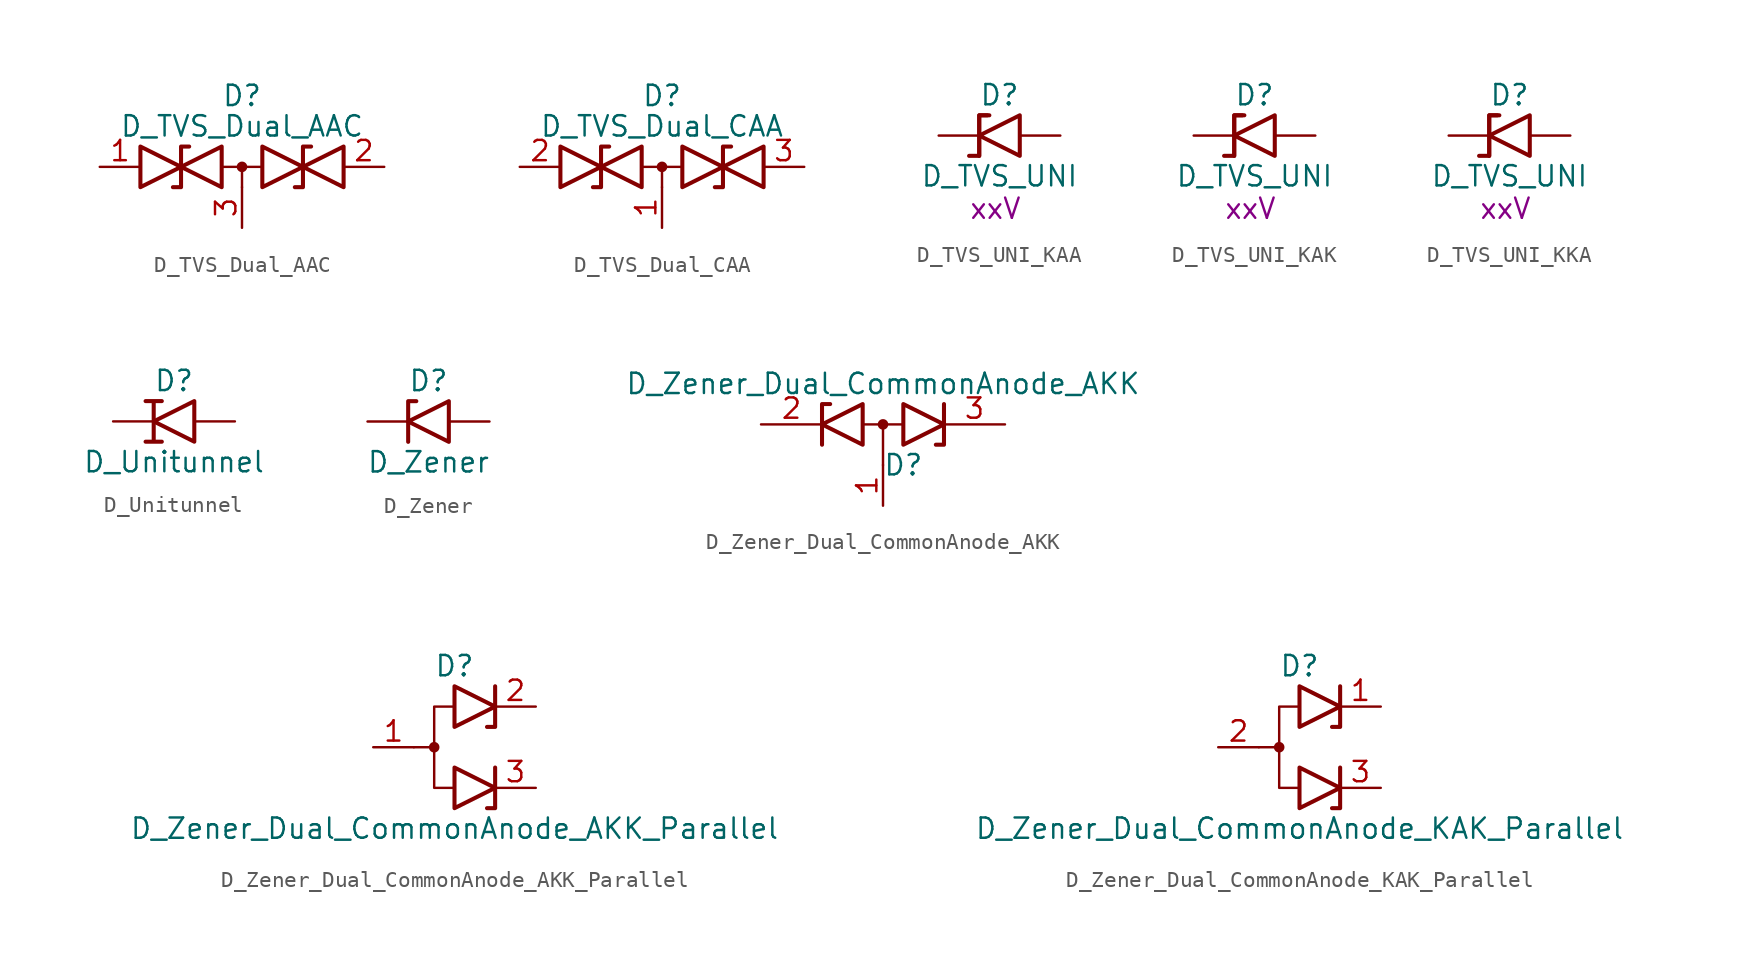
<source format=kicad_sym>
(kicad_symbol_lib
  (version 20241209)
  (generator "kicad_symbol_editor")
  (generator_version "9.0")
  (symbol "D_TVS_Dual_AAC"
    (pin_names
      (offset 1.016)
      (hide yes))
    (property "Reference" "D"
      (at 0 4.445 0)
      (effects (font (size 1.27 1.27))))
    (property "Value" "D_TVS_Dual_AAC"
      (at 0 2.54 0)
      (effects (font (size 1.27 1.27))))
    (symbol "D_TVS_Dual_AAC_0_0"
      (polyline (pts (xy 0 -1.27) (xy 0 0)) (stroke (width 0) (type default)) (fill (type none))))
    (symbol "D_TVS_Dual_AAC_0_1"
      (polyline (pts (xy -6.35 1.27) (xy -1.27 -1.27) (xy -1.27 1.27) (xy -6.35 -1.27) (xy -6.35 1.27)) (stroke (width 0.254) (type default)) (fill (type none)))
      (polyline (pts (xy -3.302 1.27) (xy -3.81 1.27) (xy -3.81 -1.27) (xy -4.318 -1.27)) (stroke (width 0.254) (type default)) (fill (type none)))
      (polyline (pts (xy -1.27 0) (xy 1.27 0)) (stroke (width 0) (type default)) (fill (type none)))
      (circle (center 0 0) (radius 0.254) (stroke (width 0) (type default)) (fill (type outline)))
      (polyline (pts (xy 4.318 1.27) (xy 3.81 1.27) (xy 3.81 -1.27) (xy 3.302 -1.27)) (stroke (width 0.254) (type default)) (fill (type none)))
      (polyline (pts (xy 6.35 1.27) (xy 1.27 -1.27) (xy 1.27 1.27) (xy 6.35 -1.27) (xy 6.35 1.27)) (stroke (width 0.254) (type default)) (fill (type none))))
    (symbol "D_TVS_Dual_AAC_1_1"
      (pin passive line (at -8.89 0 0) (length 2.54) (name "A1" (effects (font (size 1.27 1.27)))) (number "1" (effects (font (size 1.27 1.27)))))
      (pin passive line (at 0 -3.81 90) (length 2.54) (name "common" (effects (font (size 1.27 1.27)))) (number "3" (effects (font (size 1.27 1.27)))))
      (pin passive line (at 8.89 0 180) (length 2.54) (name "A2" (effects (font (size 1.27 1.27)))) (number "2" (effects (font (size 1.27 1.27)))))))
  (symbol "D_TVS_Dual_CAA"
    (pin_names
      (offset 1.016)
      (hide yes))
    (property "Reference" "D"
      (at 0 4.445 0)
      (effects (font (size 1.27 1.27))))
    (property "Value" "D_TVS_Dual_CAA"
      (at 0 2.54 0)
      (effects (font (size 1.27 1.27))))
    (symbol "D_TVS_Dual_CAA_0_1"
      (polyline (pts (xy -6.35 -1.27) (xy -1.27 1.27) (xy -1.27 -1.27) (xy -6.35 1.27) (xy -6.35 -1.27)) (stroke (width 0.254) (type default)) (fill (type none)))
      (polyline (pts (xy -3.302 1.27) (xy -3.81 1.27) (xy -3.81 -1.27) (xy -4.318 -1.27)) (stroke (width 0.254) (type default)) (fill (type none)))
      (polyline (pts (xy -1.27 0) (xy 1.27 0)) (stroke (width 0) (type default)) (fill (type none)))
      (polyline (pts (xy 0 0) (xy 0 -1.27)) (stroke (width 0) (type default)) (fill (type none)))
      (circle (center 0 0) (radius 0.254) (stroke (width 0) (type default)) (fill (type outline)))
      (polyline (pts (xy 1.27 1.016) (xy 1.27 -1.27) (xy 6.35 1.27) (xy 6.35 -1.27) (xy 1.27 1.27) (xy 1.27 1.016)) (stroke (width 0.254) (type default)) (fill (type none)))
      (polyline (pts (xy 4.318 1.27) (xy 3.81 1.27) (xy 3.81 -1.27) (xy 3.302 -1.27)) (stroke (width 0.254) (type default)) (fill (type none))))
    (symbol "D_TVS_Dual_CAA_1_1"
      (pin passive line (at -8.89 0 0) (length 2.54) (name "A1" (effects (font (size 1.27 1.27)))) (number "2" (effects (font (size 1.27 1.27)))))
      (pin passive line (at 0 -3.81 90) (length 2.54) (name "common" (effects (font (size 1.27 1.27)))) (number "1" (effects (font (size 1.27 1.27)))))
      (pin passive line (at 8.89 0 180) (length 2.54) (name "A2" (effects (font (size 1.27 1.27)))) (number "3" (effects (font (size 1.27 1.27)))))))
  (symbol "D_TVS_UNI_KAA"
    (pin_numbers
      (hide yes))
    (pin_names
      (offset 1.016)
      (hide yes))
    (property "Reference" "D"
      (at 0 2.54 0)
      (effects (font (size 1.27 1.27))))
    (property "Value" "D_TVS_UNI"
      (at 0 -2.54 0)
      (effects (font (size 1.27 1.27))))
    (property "Reverse_Voltage" "xxV"
      (at -0.254 -4.572 0)
      (effects (font (size 1.27 1.27))))
    (symbol "D_TVS_UNI_KAA_0_1"
      (polyline (pts (xy -1.27 -1.27) (xy -1.27 1.27) (xy -0.762 1.27)) (stroke (width 0.254) (type default)) (fill (type none)))
      (polyline (pts (xy -0.635 1.27) (xy -1.27 1.27) (xy -1.27 -1.27) (xy -1.905 -1.27)) (stroke (width 0.254) (type default)) (fill (type none)))
      (polyline (pts (xy 1.27 -1.27) (xy 1.27 1.27) (xy -1.27 0) (xy 1.27 -1.27)) (stroke (width 0.254) (type default)) (fill (type none))))
    (symbol "D_TVS_UNI_KAA_1_1"
      (pin passive line (at -3.81 0 0) (length 2.54) (name "K" (effects (font (size 1.27 1.27)))) (number "1" (effects (font (size 1.27 1.27)))))
      (pin passive line (at 3.81 0 180) (length 2.54) (name "A" (effects (font (size 1.27 1.27)))) (number "2" (effects (font (size 1.27 1.27)))))))
  (symbol "D_TVS_UNI_KAK"
    (pin_numbers
      (hide yes))
    (pin_names
      (offset 1.016)
      (hide yes))
    (property "Reference" "D"
      (at 0 2.54 0)
      (effects (font (size 1.27 1.27))))
    (property "Value" "D_TVS_UNI"
      (at 0 -2.54 0)
      (effects (font (size 1.27 1.27))))
    (property "Reverse_Voltage" "xxV"
      (at -0.254 -4.572 0)
      (effects (font (size 1.27 1.27))))
    (symbol "D_TVS_UNI_KAK_0_1"
      (polyline (pts (xy -1.27 -1.27) (xy -1.27 1.27) (xy -0.762 1.27)) (stroke (width 0.254) (type default)) (fill (type none)))
      (polyline (pts (xy -0.635 1.27) (xy -1.27 1.27) (xy -1.27 -1.27) (xy -1.905 -1.27)) (stroke (width 0.254) (type default)) (fill (type none)))
      (polyline (pts (xy 1.27 -1.27) (xy 1.27 1.27) (xy -1.27 0) (xy 1.27 -1.27)) (stroke (width 0.254) (type default)) (fill (type none))))
    (symbol "D_TVS_UNI_KAK_1_1"
      (pin passive line (at -3.81 0 0) (length 2.54) (name "K" (effects (font (size 1.27 1.27)))) (number "1" (effects (font (size 1.27 1.27)))))
      (pin passive line (at 3.81 0 180) (length 2.54) (name "A" (effects (font (size 1.27 1.27)))) (number "2" (effects (font (size 1.27 1.27)))))))
  (symbol "D_TVS_UNI_KKA"
    (pin_numbers
      (hide yes))
    (pin_names
      (offset 1.016)
      (hide yes))
    (property "Reference" "D"
      (at 0 2.54 0)
      (effects (font (size 1.27 1.27))))
    (property "Value" "D_TVS_UNI"
      (at 0 -2.54 0)
      (effects (font (size 1.27 1.27))))
    (property "Reverse_Voltage" "xxV"
      (at -0.254 -4.572 0)
      (effects (font (size 1.27 1.27))))
    (symbol "D_TVS_UNI_KKA_0_1"
      (polyline (pts (xy -1.27 -1.27) (xy -1.27 1.27) (xy -0.762 1.27)) (stroke (width 0.254) (type default)) (fill (type none)))
      (polyline (pts (xy -0.635 1.27) (xy -1.27 1.27) (xy -1.27 -1.27) (xy -1.905 -1.27)) (stroke (width 0.254) (type default)) (fill (type none)))
      (polyline (pts (xy 1.27 -1.27) (xy 1.27 1.27) (xy -1.27 0) (xy 1.27 -1.27)) (stroke (width 0.254) (type default)) (fill (type none))))
    (symbol "D_TVS_UNI_KKA_1_1"
      (pin passive line (at -3.81 0 0) (length 2.54) (name "K" (effects (font (size 1.27 1.27)))) (number "1" (effects (font (size 1.27 1.27)))))
      (pin passive line (at 3.81 0 180) (length 2.54) (name "A" (effects (font (size 1.27 1.27)))) (number "2" (effects (font (size 1.27 1.27)))))))
  (symbol "D_Unitunnel"
    (pin_numbers
      (hide yes))
    (pin_names
      (offset 1.016)
      (hide yes))
    (property "Reference" "D"
      (at 0 2.54 0)
      (effects (font (size 1.27 1.27))))
    (property "Value" "D_Unitunnel"
      (at 0 -2.54 0)
      (effects (font (size 1.27 1.27))))
    (symbol "D_Unitunnel_0_1"
      (polyline (pts (xy -1.778 -1.27) (xy -0.762 -1.27) (xy -1.27 -1.27) (xy -1.27 1.27) (xy -0.762 1.27) (xy -1.778 1.27)) (stroke (width 0.254) (type default)) (fill (type none)))
      (polyline (pts (xy 1.27 -1.27) (xy 1.27 1.27) (xy -1.27 0) (xy 1.27 -1.27)) (stroke (width 0.254) (type default)) (fill (type none))))
    (symbol "D_Unitunnel_1_1"
      (pin passive line (at -3.81 0 0) (length 2.54) (name "K" (effects (font (size 1.27 1.27)))) (number "1" (effects (font (size 1.27 1.27)))))
      (pin passive line (at 3.81 0 180) (length 2.54) (name "A" (effects (font (size 1.27 1.27)))) (number "2" (effects (font (size 1.27 1.27)))))))
  (symbol "D_Zener"
    (pin_numbers
      (hide yes))
    (pin_names
      (offset 1.016)
      (hide yes))
    (property "Reference" "D"
      (at 0 2.54 0)
      (effects (font (size 1.27 1.27))))
    (property "Value" "D_Zener"
      (at 0 -2.54 0)
      (effects (font (size 1.27 1.27))))
    (symbol "D_Zener_0_1"
      (polyline (pts (xy -1.27 -1.27) (xy -1.27 1.27) (xy -0.762 1.27)) (stroke (width 0.254) (type default)) (fill (type none)))
      (polyline (pts (xy 1.27 -1.27) (xy 1.27 1.27) (xy -1.27 0) (xy 1.27 -1.27)) (stroke (width 0.254) (type default)) (fill (type none))))
    (symbol "D_Zener_1_1"
      (pin passive line (at -3.81 0 0) (length 2.54) (name "K" (effects (font (size 1.27 1.27)))) (number "1" (effects (font (size 1.27 1.27)))))
      (pin passive line (at 3.81 0 180) (length 2.54) (name "A" (effects (font (size 1.27 1.27)))) (number "2" (effects (font (size 1.27 1.27)))))))
  (symbol "D_Zener_Dual_CommonAnode_AKK"
    (pin_names
      (offset 0.762)
      (hide yes))
    (property "Reference" "D"
      (at 1.27 -2.54 0)
      (effects (font (size 1.27 1.27))))
    (property "Value" "D_Zener_Dual_CommonAnode_AKK"
      (at 0 2.54 0)
      (effects (font (size 1.27 1.27))))
    (symbol "D_Zener_Dual_CommonAnode_AKK_0_1"
      (polyline (pts (xy -3.81 -1.27) (xy -3.81 1.27) (xy -3.302 1.27)) (stroke (width 0.254) (type default)) (fill (type none)))
      (polyline (pts (xy -1.27 0) (xy 1.27 0)) (stroke (width 0) (type default)) (fill (type none)))
      (polyline (pts (xy -1.27 -1.27) (xy -3.81 0) (xy -1.27 1.27) (xy -1.27 -1.27) (xy -1.27 -1.27) (xy -1.27 -1.27)) (stroke (width 0.254) (type default)) (fill (type none)))
      (polyline (pts (xy 0 0) (xy 0 -2.54)) (stroke (width 0) (type default)) (fill (type none)))
      (circle (center 0 0) (radius 0.254) (stroke (width 0) (type default)) (fill (type outline)))
      (polyline (pts (xy 1.27 1.27) (xy 3.81 0) (xy 1.27 -1.27) (xy 1.27 1.27) (xy 1.27 1.27) (xy 1.27 1.27)) (stroke (width 0.254) (type default)) (fill (type none)))
      (polyline (pts (xy 3.81 1.27) (xy 3.81 -1.27) (xy 3.302 -1.27)) (stroke (width 0.254) (type default)) (fill (type none)))
      (pin passive line (at -7.62 0 0) (length 3.81) (name "K" (effects (font (size 1.27 1.27)))) (number "2" (effects (font (size 1.27 1.27)))))
      (pin passive line (at 0 -5.08 90) (length 2.54) (name "A" (effects (font (size 1.27 1.27)))) (number "1" (effects (font (size 1.27 1.27)))))
      (pin passive line (at 7.62 0 180) (length 3.81) (name "K" (effects (font (size 1.27 1.27)))) (number "3" (effects (font (size 1.27 1.27)))))))
  (symbol "D_Zener_Dual_CommonAnode_AKK_Parallel"
    (pin_names
      (offset 0.762)
      (hide yes))
    (property "Reference" "D"
      (at 0 5.08 0)
      (effects (font (size 1.27 1.27))))
    (property "Value" "D_Zener_Dual_CommonAnode_AKK_Parallel"
      (at 0 -5.08 0)
      (effects (font (size 1.27 1.27))))
    (symbol "D_Zener_Dual_CommonAnode_AKK_Parallel_0_0"
      (polyline (pts (xy 2.032 1.27) (xy 2.54 1.27) (xy 2.54 3.81)) (stroke (width 0.254) (type default)) (fill (type none)))
      (polyline (pts (xy 2.54 -1.27) (xy 2.54 -3.81) (xy 2.032 -3.81)) (stroke (width 0.254) (type default)) (fill (type none))))
    (symbol "D_Zener_Dual_CommonAnode_AKK_Parallel_0_1"
      (circle (center -1.27 0) (radius 0.254) (stroke (width 0) (type default)) (fill (type outline)))
      (polyline (pts (xy -1.27 0) (xy -2.54 0)) (stroke (width 0) (type default)) (fill (type none)))
      (polyline (pts (xy 0 3.81) (xy 2.54 2.54) (xy 0 1.27) (xy 0 3.81) (xy 0 3.81) (xy 0 3.81)) (stroke (width 0.254) (type default)) (fill (type none)))
      (polyline (pts (xy 0 2.54) (xy -1.27 2.54) (xy -1.27 -2.54) (xy 0 -2.54)) (stroke (width 0) (type default)) (fill (type none)))
      (polyline (pts (xy 0 -1.27) (xy 2.54 -2.54) (xy 0 -3.81) (xy 0 -1.27) (xy 0 -1.27) (xy 0 -1.27)) (stroke (width 0.254) (type default)) (fill (type none)))
      (pin passive line (at -5.08 0 0) (length 2.54) (name "A" (effects (font (size 1.27 1.27)))) (number "1" (effects (font (size 1.27 1.27)))))
      (pin passive line (at 5.08 2.54 180) (length 2.54) (name "K" (effects (font (size 1.27 1.27)))) (number "2" (effects (font (size 1.27 1.27)))))
      (pin passive line (at 5.08 -2.54 180) (length 2.54) (name "K" (effects (font (size 1.27 1.27)))) (number "3" (effects (font (size 1.27 1.27)))))))
  (symbol "D_Zener_Dual_CommonAnode_KAK_Parallel"
    (pin_names
      (offset 0.762)
      (hide yes))
    (property "Reference" "D"
      (at 0 5.08 0)
      (effects (font (size 1.27 1.27))))
    (property "Value" "D_Zener_Dual_CommonAnode_KAK_Parallel"
      (at 0 -5.08 0)
      (effects (font (size 1.27 1.27))))
    (symbol "D_Zener_Dual_CommonAnode_KAK_Parallel_0_0"
      (polyline (pts (xy 2.032 1.27) (xy 2.54 1.27) (xy 2.54 3.81)) (stroke (width 0.254) (type default)) (fill (type none)))
      (polyline (pts (xy 2.54 -1.27) (xy 2.54 -3.81) (xy 2.032 -3.81)) (stroke (width 0.254) (type default)) (fill (type none))))
    (symbol "D_Zener_Dual_CommonAnode_KAK_Parallel_0_1"
      (circle (center -1.27 0) (radius 0.254) (stroke (width 0) (type default)) (fill (type outline)))
      (polyline (pts (xy -1.27 0) (xy -2.54 0)) (stroke (width 0) (type default)) (fill (type none)))
      (polyline (pts (xy 0 3.81) (xy 2.54 2.54) (xy 0 1.27) (xy 0 3.81) (xy 0 3.81) (xy 0 3.81)) (stroke (width 0.254) (type default)) (fill (type none)))
      (polyline (pts (xy 0 2.54) (xy -1.27 2.54) (xy -1.27 -2.54) (xy 0 -2.54)) (stroke (width 0) (type default)) (fill (type none)))
      (polyline (pts (xy 0 -1.27) (xy 2.54 -2.54) (xy 0 -3.81) (xy 0 -1.27) (xy 0 -1.27) (xy 0 -1.27)) (stroke (width 0.254) (type default)) (fill (type none)))
      (pin passive line (at -5.08 0 0) (length 2.54) (name "A" (effects (font (size 1.27 1.27)))) (number "2" (effects (font (size 1.27 1.27)))))
      (pin passive line (at 5.08 2.54 180) (length 2.54) (name "K" (effects (font (size 1.27 1.27)))) (number "1" (effects (font (size 1.27 1.27)))))
      (pin passive line (at 5.08 -2.54 180) (length 2.54) (name "K" (effects (font (size 1.27 1.27)))) (number "3" (effects (font (size 1.27 1.27))))))))
</source>
